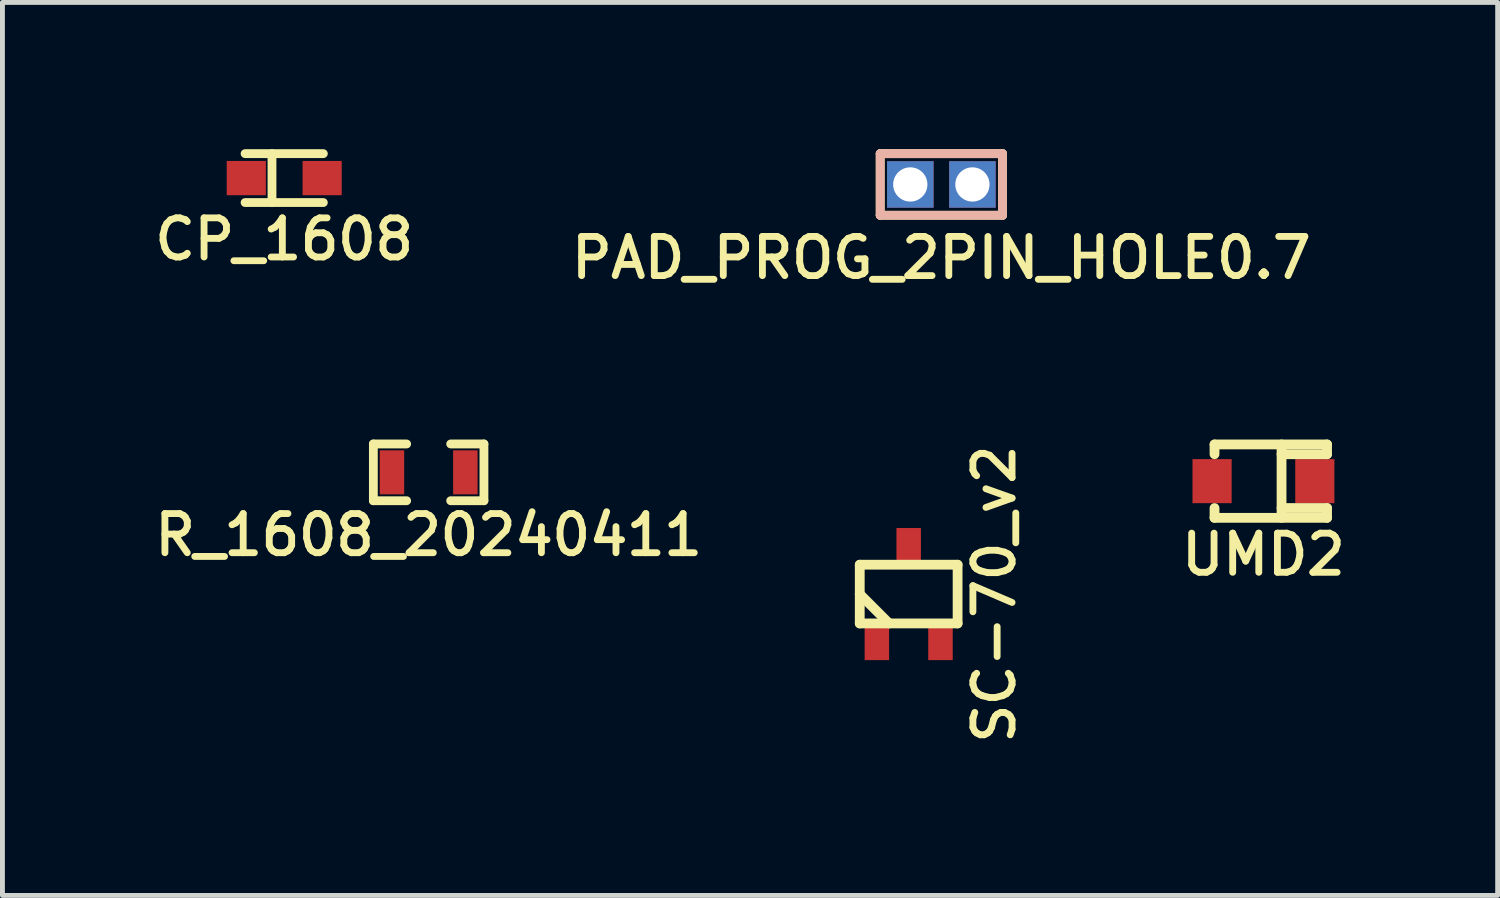
<source format=kicad_pcb>
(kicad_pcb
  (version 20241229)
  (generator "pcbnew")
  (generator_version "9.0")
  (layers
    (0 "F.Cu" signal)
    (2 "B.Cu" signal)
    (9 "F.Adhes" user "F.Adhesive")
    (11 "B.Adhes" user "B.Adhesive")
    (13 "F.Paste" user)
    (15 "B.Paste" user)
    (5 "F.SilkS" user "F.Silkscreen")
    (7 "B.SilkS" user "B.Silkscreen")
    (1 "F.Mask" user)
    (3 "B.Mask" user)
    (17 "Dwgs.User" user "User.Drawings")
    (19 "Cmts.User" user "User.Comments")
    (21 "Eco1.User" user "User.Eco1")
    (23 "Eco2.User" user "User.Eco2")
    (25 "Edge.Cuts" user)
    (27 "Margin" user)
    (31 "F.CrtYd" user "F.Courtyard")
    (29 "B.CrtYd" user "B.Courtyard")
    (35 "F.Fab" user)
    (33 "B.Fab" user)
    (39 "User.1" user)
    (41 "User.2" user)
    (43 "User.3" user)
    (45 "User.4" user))
  (footprint "CP_1608"
    (layer "F.Cu")
    (at 2.759 0.59)
    (property "Reference" "CP_1608" (at 0 1.25 0) (layer "F.SilkS") (effects (font (size 0.8 0.8) (thickness 0.14))))
    (attr smd)
    (fp_line (start -0.8 -0.5) (end 0.8 -0.5) (stroke (width 0.18) (type solid)) (layer "F.SilkS"))
    (fp_line (start -0.25 -0.5) (end -0.25 0.5) (stroke (width 0.18) (type solid)) (layer "F.SilkS"))
    (fp_line (start 0.8 0.5) (end -0.8 0.5) (stroke (width 0.18) (type solid)) (layer "F.SilkS"))
    (pad "1" smd rect (at -0.775 0) (size 0.8 0.7) (layers "F.Cu" "F.Mask" "F.Paste"))
    (pad "2" smd rect (at 0.775 0) (size 0.8 0.7) (layers "F.Cu" "F.Mask" "F.Paste")))
  (footprint "R_1608_20240411"
    (layer "F.Cu")
    (at 5.711 6.604)
    (property "Reference" "R_1608_20240411" (at 0 1.28 0) (layer "F.SilkS") (effects (font (size 0.8 0.8) (thickness 0.14))))
    (attr smd)
    (fp_line (start -1.13 -0.58) (end -1.13 0.58) (stroke (width 0.18) (type solid)) (layer "F.SilkS"))
    (fp_line (start -1.13 0.58) (end -0.45 0.58) (stroke (width 0.18) (type solid)) (layer "F.SilkS"))
    (fp_line (start -0.45 -0.58) (end -1.13 -0.58) (stroke (width 0.18) (type solid)) (layer "F.SilkS"))
    (fp_line (start 0.45 -0.58) (end 1.13 -0.58) (stroke (width 0.18) (type solid)) (layer "F.SilkS"))
    (fp_line (start 1.13 -0.58) (end 1.13 0.58) (stroke (width 0.18) (type solid)) (layer "F.SilkS"))
    (fp_line (start 1.13 0.58) (end 0.45 0.58) (stroke (width 0.18) (type solid)) (layer "F.SilkS"))
    (pad "1" smd rect (at -0.75 0) (size 0.5 0.9) (layers "F.Cu" "F.Mask" "F.Paste"))
    (pad "2" smd rect (at 0.75 0) (size 0.5 0.9) (layers "F.Cu" "F.Mask" "F.Paste")))
  (footprint "PAD_PROG_2PIN_HOLE0.7"
    (layer "F.Cu")
    (at 16.19 0.72)
    (property "Reference" "PAD_PROG_2PIN_HOLE0.7" (at 0 1.5 0) (layer "F.SilkS") (effects (font (size 0.8 0.8) (thickness 0.14))))
    (attr through_hole)
    (fp_line (start -1.25 -0.63) (end -1.25 0.63) (stroke (width 0.18) (type solid)) (layer "F.SilkS"))
    (fp_line (start -1.25 -0.63) (end 1.25 -0.63) (stroke (width 0.18) (type solid)) (layer "F.SilkS"))
    (fp_line (start 1.25 -0.63) (end 1.25 0.63) (stroke (width 0.18) (type solid)) (layer "F.SilkS"))
    (fp_line (start 1.25 0.63) (end -1.25 0.63) (stroke (width 0.18) (type solid)) (layer "F.SilkS"))
    (fp_line (start -1.25 -0.63) (end -1.25 0.63) (stroke (width 0.18) (type solid)) (layer "B.SilkS"))
    (fp_line (start -1.25 -0.63) (end 1.25 -0.63) (stroke (width 0.18) (type solid)) (layer "B.SilkS"))
    (fp_line (start 1.25 -0.63) (end 1.25 0.63) (stroke (width 0.18) (type solid)) (layer "B.SilkS"))
    (fp_line (start 1.25 0.63) (end -1.25 0.63) (stroke (width 0.18) (type solid)) (layer "B.SilkS"))
    (pad "1" thru_hole rect (at -0.635 0) (size 0.95 0.95) (drill 0.7) (layers "*.Cu" "*.Mask"))
    (pad "2" thru_hole rect (at 0.635 0) (size 0.95 0.95) (drill 0.7) (layers "*.Cu" "*.Mask")))
  (footprint "SC-70_v2"
    (layer "F.Cu")
    (at 15.522 9.092)
    (property "Reference" "SC-70_v2" (at 1.75 0 90) (layer "F.SilkS") (effects (font (size 0.8 0.8) (thickness 0.14))))
    (attr smd)
    (fp_line (start -1 -0.6) (end -1 0.6) (stroke (width 0.2) (type solid)) (layer "F.SilkS"))
    (fp_line (start -1 0) (end -0.4 0.6) (stroke (width 0.2) (type solid)) (layer "F.SilkS"))
    (fp_line (start -1 0.6) (end 1 0.6) (stroke (width 0.2) (type solid)) (layer "F.SilkS"))
    (fp_line (start 1 -0.6) (end -1 -0.6) (stroke (width 0.2) (type solid)) (layer "F.SilkS"))
    (fp_line (start 1 -0.6) (end 1 0.6) (stroke (width 0.2) (type solid)) (layer "F.SilkS"))
    (pad "1" smd rect (at -0.65 0.95) (size 0.5 0.8) (layers "F.Cu" "F.Mask" "F.Paste"))
    (pad "2" smd rect (at 0.65 0.95) (size 0.5 0.8) (layers "F.Cu" "F.Mask" "F.Paste"))
    (pad "3" smd rect (at 0 -0.95) (size 0.5 0.8) (layers "F.Cu" "F.Mask" "F.Paste")))
  (footprint "UMD2"
    (layer "F.Cu")
    (at 22.773 6.784)
    (property "Reference" "UMD2" (at 0 1.5 0) (layer "F.SilkS") (effects (font (size 0.8 0.8) (thickness 0.14))))
    (attr smd)
    (fp_line (start -1 -0.75) (end 1.3 -0.75) (stroke (width 0.2) (type solid)) (layer "F.SilkS"))
    (fp_line (start -1 -0.55) (end -1 -0.75) (stroke (width 0.2) (type solid)) (layer "F.SilkS"))
    (fp_line (start -1 0.55) (end -1 0.75) (stroke (width 0.2) (type solid)) (layer "F.SilkS"))
    (fp_line (start -1 0.75) (end 1.3 0.75) (stroke (width 0.2) (type solid)) (layer "F.SilkS"))
    (fp_line (start 0.37 -0.75) (end 0.37 0.75) (stroke (width 0.2) (type solid)) (layer "F.SilkS"))
    (fp_line (start 0.37 -0.55) (end 1.3 -0.55) (stroke (width 0.2) (type solid)) (layer "F.SilkS"))
    (fp_line (start 0.37 0.55) (end 1.3 0.55) (stroke (width 0.2) (type solid)) (layer "F.SilkS"))
    (fp_line (start 1.3 -0.75) (end 1.3 -0.55) (stroke (width 0.2) (type solid)) (layer "F.SilkS"))
    (fp_line (start 1.3 0.75) (end 1.3 0.55) (stroke (width 0.2) (type solid)) (layer "F.SilkS"))
    (pad "1" smd rect (at 1.05 0) (size 0.8 0.9) (layers "F.Cu" "F.Mask" "F.Paste"))
    (pad "2" smd rect (at -1.05 0) (size 0.8 0.9) (layers "F.Cu" "F.Mask" "F.Paste")))
  (gr_rect
    (start -3 -3)
    (end 27.56 15.251)
    (stroke (width 0.1) (type default))
    (fill no)
    (layer "Edge.Cuts")))
</source>
